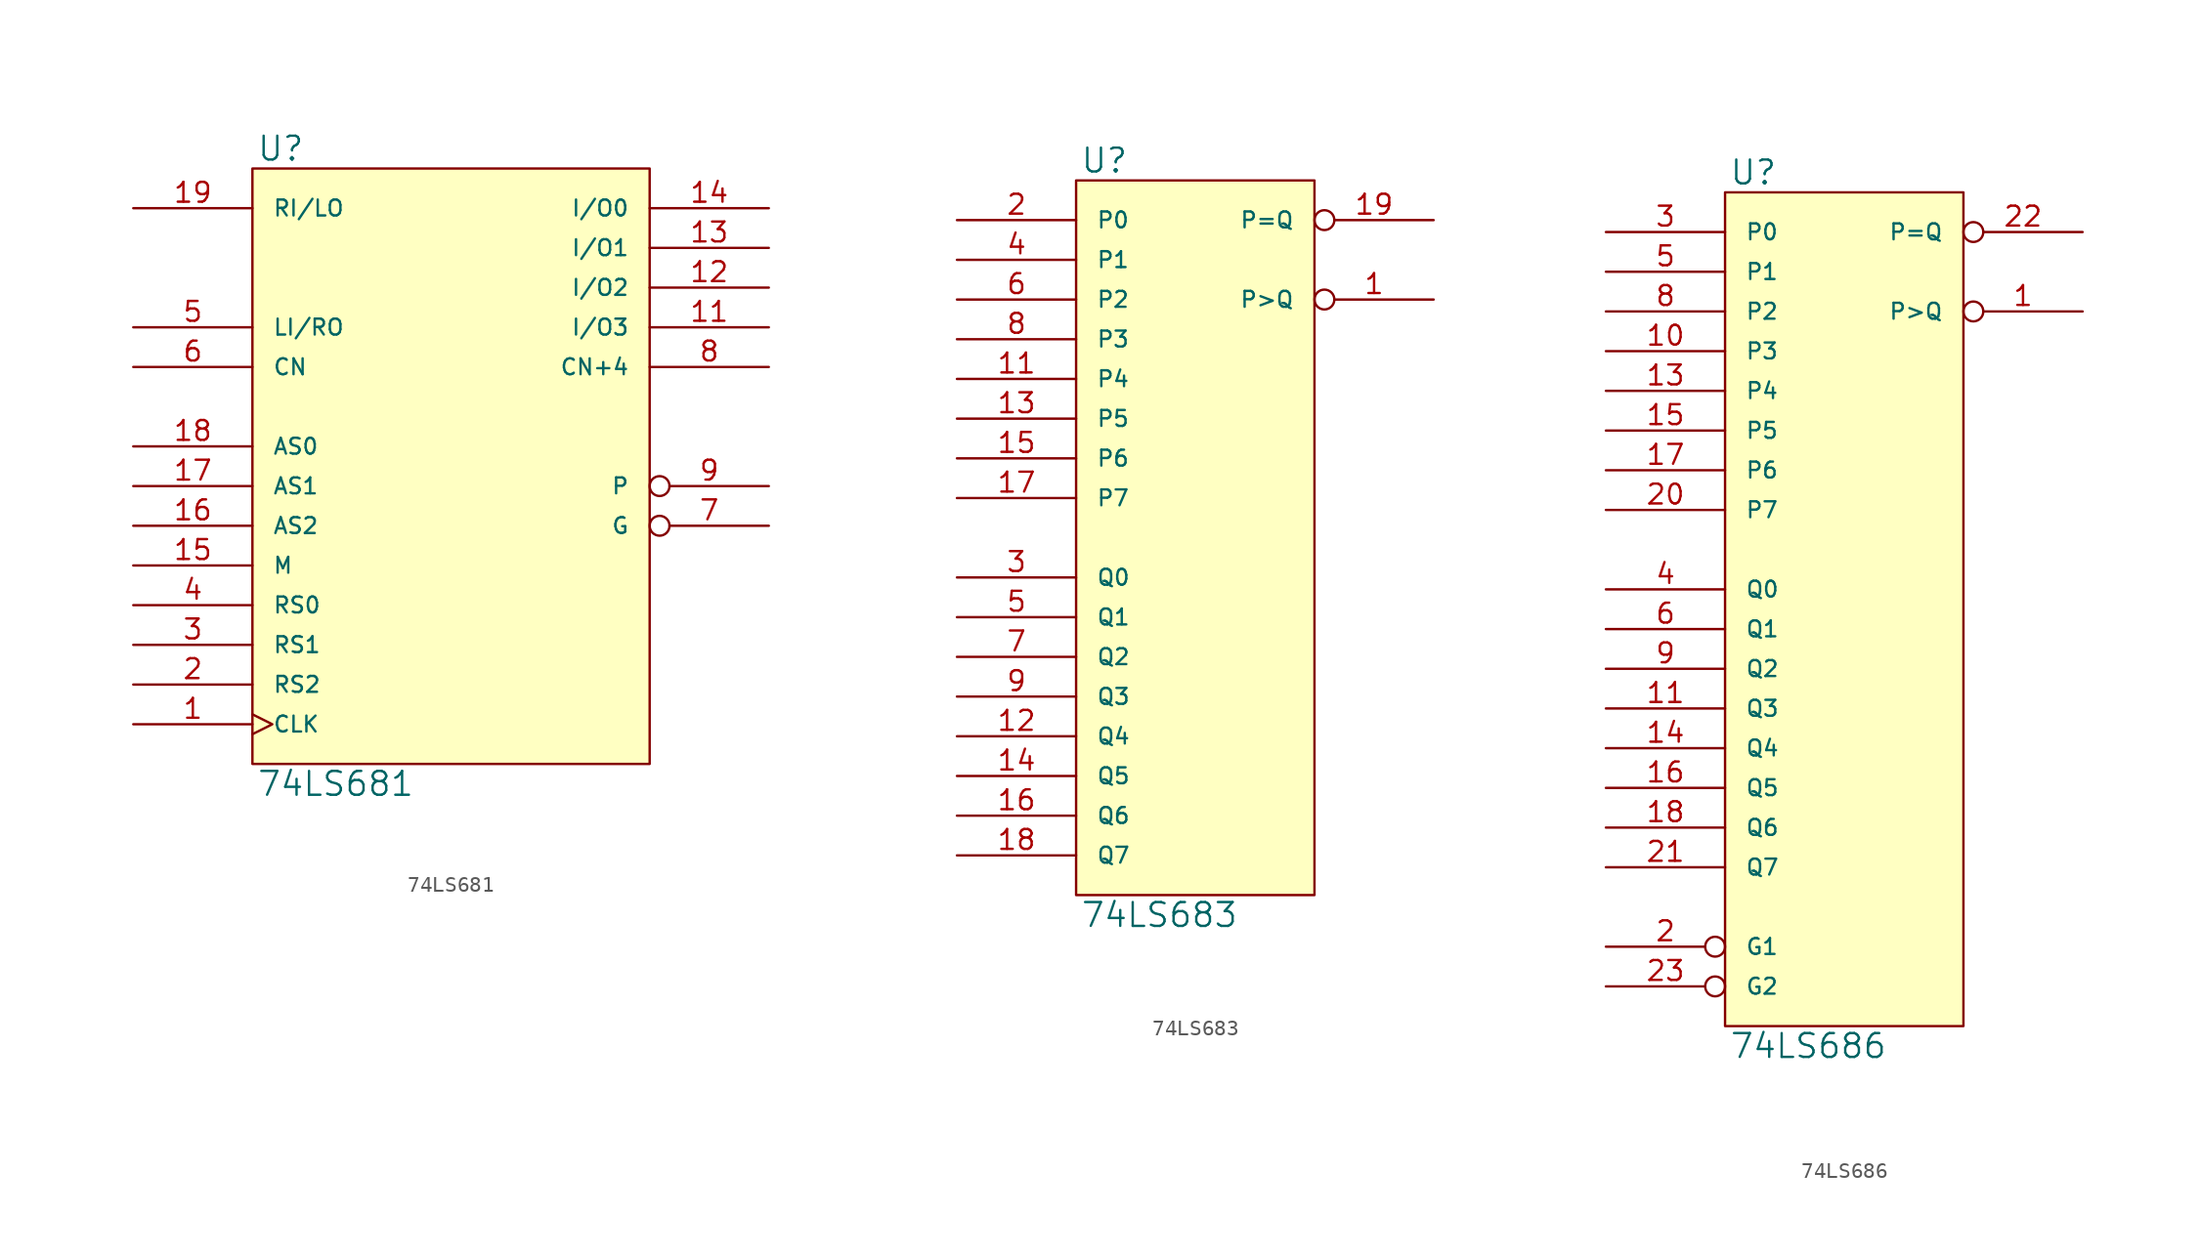
<source format=kicad_sym>
(kicad_symbol_lib
  (version 20231120)
  (generator "kicad_symbol_editor")
  (generator_version "8.0")
  (symbol "74LS681"
    (pin_names
      (offset 1.27))
    (property "Reference" "U"
      (at 0.254 0.381 0)
      (effects (font (size 1.524 1.524)) (justify left bottom)))
    (property "Value" "74LS681"
      (at 0.254 -38.481 0)
      (effects (font (size 1.524 1.524)) (justify left top)))
    (symbol "74LS681_0_1"
      (rectangle (start 0 0) (end 25.4 -38.1) (stroke (width 0) (type solid)) (fill (type background))))
    (symbol "74LS681_1_1"
      (pin input clock (at -7.62 -35.56 0) (length 7.62) (name "CLK" (effects (font (size 1.016 1.016)))) (number "1" (effects (font (size 1.27 1.27)))))
      (pin power_in line (at 0 -38.1 90) (length 0) hide (name "GND" (effects (font (size 1.016 1.016)))) (number "10" (effects (font (size 1.27 1.27)))))
      (pin bidirectional line (at 33.02 -10.16 180) (length 7.62) (name "I/O3" (effects (font (size 1.016 1.016)))) (number "11" (effects (font (size 1.27 1.27)))))
      (pin bidirectional line (at 33.02 -7.62 180) (length 7.62) (name "I/O2" (effects (font (size 1.016 1.016)))) (number "12" (effects (font (size 1.27 1.27)))))
      (pin bidirectional line (at 33.02 -5.08 180) (length 7.62) (name "I/O1" (effects (font (size 1.016 1.016)))) (number "13" (effects (font (size 1.27 1.27)))))
      (pin bidirectional line (at 33.02 -2.54 180) (length 7.62) (name "I/O0" (effects (font (size 1.016 1.016)))) (number "14" (effects (font (size 1.27 1.27)))))
      (pin input line (at -7.62 -25.4 0) (length 7.62) (name "M" (effects (font (size 1.016 1.016)))) (number "15" (effects (font (size 1.27 1.27)))))
      (pin input line (at -7.62 -22.86 0) (length 7.62) (name "AS2" (effects (font (size 1.016 1.016)))) (number "16" (effects (font (size 1.27 1.27)))))
      (pin input line (at -7.62 -20.32 0) (length 7.62) (name "AS1" (effects (font (size 1.016 1.016)))) (number "17" (effects (font (size 1.27 1.27)))))
      (pin input line (at -7.62 -17.78 0) (length 7.62) (name "AS0" (effects (font (size 1.016 1.016)))) (number "18" (effects (font (size 1.27 1.27)))))
      (pin bidirectional line (at -7.62 -2.54 0) (length 7.62) (name "RI/LO" (effects (font (size 1.016 1.016)))) (number "19" (effects (font (size 1.27 1.27)))))
      (pin input line (at -7.62 -33.02 0) (length 7.62) (name "RS2" (effects (font (size 1.016 1.016)))) (number "2" (effects (font (size 1.27 1.27)))))
      (pin power_in line (at 0 0 270) (length 0) hide (name "VCC" (effects (font (size 1.016 1.016)))) (number "20" (effects (font (size 1.27 1.27)))))
      (pin input line (at -7.62 -30.48 0) (length 7.62) (name "RS1" (effects (font (size 1.016 1.016)))) (number "3" (effects (font (size 1.27 1.27)))))
      (pin input line (at -7.62 -27.94 0) (length 7.62) (name "RS0" (effects (font (size 1.016 1.016)))) (number "4" (effects (font (size 1.27 1.27)))))
      (pin bidirectional line (at -7.62 -10.16 0) (length 7.62) (name "LI/RO" (effects (font (size 1.016 1.016)))) (number "5" (effects (font (size 1.27 1.27)))))
      (pin input line (at -7.62 -12.7 0) (length 7.62) (name "CN" (effects (font (size 1.016 1.016)))) (number "6" (effects (font (size 1.27 1.27)))))
      (pin output inverted (at 33.02 -22.86 180) (length 7.62) (name "G" (effects (font (size 1.016 1.016)))) (number "7" (effects (font (size 1.27 1.27)))))
      (pin output line (at 33.02 -12.7 180) (length 7.62) (name "CN+4" (effects (font (size 1.016 1.016)))) (number "8" (effects (font (size 1.27 1.27)))))
      (pin output inverted (at 33.02 -20.32 180) (length 7.62) (name "P" (effects (font (size 1.016 1.016)))) (number "9" (effects (font (size 1.27 1.27)))))))
  (symbol "74LS683"
    (pin_names
      (offset 1.27))
    (property "Reference" "U"
      (at 0.254 0.381 0)
      (effects (font (size 1.524 1.524)) (justify left bottom)))
    (property "Value" "74LS683"
      (at 0.254 -46.101 0)
      (effects (font (size 1.524 1.524)) (justify left top)))
    (symbol "74LS683_0_1"
      (rectangle (start 0 0) (end 15.24 -45.72) (stroke (width 0) (type solid)) (fill (type background))))
    (symbol "74LS683_1_1"
      (pin open_collector inverted (at 22.86 -7.62 180) (length 7.62) (name "P>Q" (effects (font (size 1.016 1.016)))) (number "1" (effects (font (size 1.27 1.27)))))
      (pin power_in line (at 0 -45.72 90) (length 0) hide (name "GND" (effects (font (size 1.016 1.016)))) (number "10" (effects (font (size 1.27 1.27)))))
      (pin input line (at -7.62 -12.7 0) (length 7.62) (name "P4" (effects (font (size 1.016 1.016)))) (number "11" (effects (font (size 1.27 1.27)))))
      (pin input line (at -7.62 -35.56 0) (length 7.62) (name "Q4" (effects (font (size 1.016 1.016)))) (number "12" (effects (font (size 1.27 1.27)))))
      (pin input line (at -7.62 -15.24 0) (length 7.62) (name "P5" (effects (font (size 1.016 1.016)))) (number "13" (effects (font (size 1.27 1.27)))))
      (pin input line (at -7.62 -38.1 0) (length 7.62) (name "Q5" (effects (font (size 1.016 1.016)))) (number "14" (effects (font (size 1.27 1.27)))))
      (pin input line (at -7.62 -17.78 0) (length 7.62) (name "P6" (effects (font (size 1.016 1.016)))) (number "15" (effects (font (size 1.27 1.27)))))
      (pin input line (at -7.62 -40.64 0) (length 7.62) (name "Q6" (effects (font (size 1.016 1.016)))) (number "16" (effects (font (size 1.27 1.27)))))
      (pin input line (at -7.62 -20.32 0) (length 7.62) (name "P7" (effects (font (size 1.016 1.016)))) (number "17" (effects (font (size 1.27 1.27)))))
      (pin input line (at -7.62 -43.18 0) (length 7.62) (name "Q7" (effects (font (size 1.016 1.016)))) (number "18" (effects (font (size 1.27 1.27)))))
      (pin open_collector inverted (at 22.86 -2.54 180) (length 7.62) (name "P=Q" (effects (font (size 1.016 1.016)))) (number "19" (effects (font (size 1.27 1.27)))))
      (pin input line (at -7.62 -2.54 0) (length 7.62) (name "P0" (effects (font (size 1.016 1.016)))) (number "2" (effects (font (size 1.27 1.27)))))
      (pin power_in line (at 0 0 270) (length 0) hide (name "VCC" (effects (font (size 1.016 1.016)))) (number "20" (effects (font (size 1.27 1.27)))))
      (pin input line (at -7.62 -25.4 0) (length 7.62) (name "Q0" (effects (font (size 1.016 1.016)))) (number "3" (effects (font (size 1.27 1.27)))))
      (pin input line (at -7.62 -5.08 0) (length 7.62) (name "P1" (effects (font (size 1.016 1.016)))) (number "4" (effects (font (size 1.27 1.27)))))
      (pin input line (at -7.62 -27.94 0) (length 7.62) (name "Q1" (effects (font (size 1.016 1.016)))) (number "5" (effects (font (size 1.27 1.27)))))
      (pin input line (at -7.62 -7.62 0) (length 7.62) (name "P2" (effects (font (size 1.016 1.016)))) (number "6" (effects (font (size 1.27 1.27)))))
      (pin input line (at -7.62 -30.48 0) (length 7.62) (name "Q2" (effects (font (size 1.016 1.016)))) (number "7" (effects (font (size 1.27 1.27)))))
      (pin input line (at -7.62 -10.16 0) (length 7.62) (name "P3" (effects (font (size 1.016 1.016)))) (number "8" (effects (font (size 1.27 1.27)))))
      (pin input line (at -7.62 -33.02 0) (length 7.62) (name "Q3" (effects (font (size 1.016 1.016)))) (number "9" (effects (font (size 1.27 1.27)))))))
  (symbol "74LS686"
    (pin_names
      (offset 1.27))
    (property "Reference" "U"
      (at 0.254 0.381 0)
      (effects (font (size 1.524 1.524)) (justify left bottom)))
    (property "Value" "74LS686"
      (at 0.254 -53.721 0)
      (effects (font (size 1.524 1.524)) (justify left top)))
    (symbol "74LS686_0_1"
      (rectangle (start 0 0) (end 15.24 -53.34) (stroke (width 0) (type solid)) (fill (type background))))
    (symbol "74LS686_1_1"
      (pin output inverted (at 22.86 -7.62 180) (length 7.62) (name "P>Q" (effects (font (size 1.016 1.016)))) (number "1" (effects (font (size 1.27 1.27)))))
      (pin input line (at -7.62 -10.16 0) (length 7.62) (name "P3" (effects (font (size 1.016 1.016)))) (number "10" (effects (font (size 1.27 1.27)))))
      (pin input line (at -7.62 -33.02 0) (length 7.62) (name "Q3" (effects (font (size 1.016 1.016)))) (number "11" (effects (font (size 1.27 1.27)))))
      (pin power_in line (at 0 -53.34 90) (length 0) hide (name "GND" (effects (font (size 1.016 1.016)))) (number "12" (effects (font (size 1.27 1.27)))))
      (pin input line (at -7.62 -12.7 0) (length 7.62) (name "P4" (effects (font (size 1.016 1.016)))) (number "13" (effects (font (size 1.27 1.27)))))
      (pin input line (at -7.62 -35.56 0) (length 7.62) (name "Q4" (effects (font (size 1.016 1.016)))) (number "14" (effects (font (size 1.27 1.27)))))
      (pin input line (at -7.62 -15.24 0) (length 7.62) (name "P5" (effects (font (size 1.016 1.016)))) (number "15" (effects (font (size 1.27 1.27)))))
      (pin input line (at -7.62 -38.1 0) (length 7.62) (name "Q5" (effects (font (size 1.016 1.016)))) (number "16" (effects (font (size 1.27 1.27)))))
      (pin input line (at -7.62 -17.78 0) (length 7.62) (name "P6" (effects (font (size 1.016 1.016)))) (number "17" (effects (font (size 1.27 1.27)))))
      (pin input line (at -7.62 -40.64 0) (length 7.62) (name "Q6" (effects (font (size 1.016 1.016)))) (number "18" (effects (font (size 1.27 1.27)))))
      (pin input inverted (at -7.62 -48.26 0) (length 7.62) (name "G1" (effects (font (size 1.016 1.016)))) (number "2" (effects (font (size 1.27 1.27)))))
      (pin input line (at -7.62 -20.32 0) (length 7.62) (name "P7" (effects (font (size 1.016 1.016)))) (number "20" (effects (font (size 1.27 1.27)))))
      (pin input line (at -7.62 -43.18 0) (length 7.62) (name "Q7" (effects (font (size 1.016 1.016)))) (number "21" (effects (font (size 1.27 1.27)))))
      (pin output inverted (at 22.86 -2.54 180) (length 7.62) (name "P=Q" (effects (font (size 1.016 1.016)))) (number "22" (effects (font (size 1.27 1.27)))))
      (pin input inverted (at -7.62 -50.8 0) (length 7.62) (name "G2" (effects (font (size 1.016 1.016)))) (number "23" (effects (font (size 1.27 1.27)))))
      (pin power_in line (at 0 0 270) (length 0) hide (name "VCC" (effects (font (size 1.016 1.016)))) (number "24" (effects (font (size 1.27 1.27)))))
      (pin input line (at -7.62 -2.54 0) (length 7.62) (name "P0" (effects (font (size 1.016 1.016)))) (number "3" (effects (font (size 1.27 1.27)))))
      (pin input line (at -7.62 -25.4 0) (length 7.62) (name "Q0" (effects (font (size 1.016 1.016)))) (number "4" (effects (font (size 1.27 1.27)))))
      (pin input line (at -7.62 -5.08 0) (length 7.62) (name "P1" (effects (font (size 1.016 1.016)))) (number "5" (effects (font (size 1.27 1.27)))))
      (pin input line (at -7.62 -27.94 0) (length 7.62) (name "Q1" (effects (font (size 1.016 1.016)))) (number "6" (effects (font (size 1.27 1.27)))))
      (pin input line (at -7.62 -7.62 0) (length 7.62) (name "P2" (effects (font (size 1.016 1.016)))) (number "8" (effects (font (size 1.27 1.27)))))
      (pin input line (at -7.62 -30.48 0) (length 7.62) (name "Q2" (effects (font (size 1.016 1.016)))) (number "9" (effects (font (size 1.27 1.27))))))))
</source>
